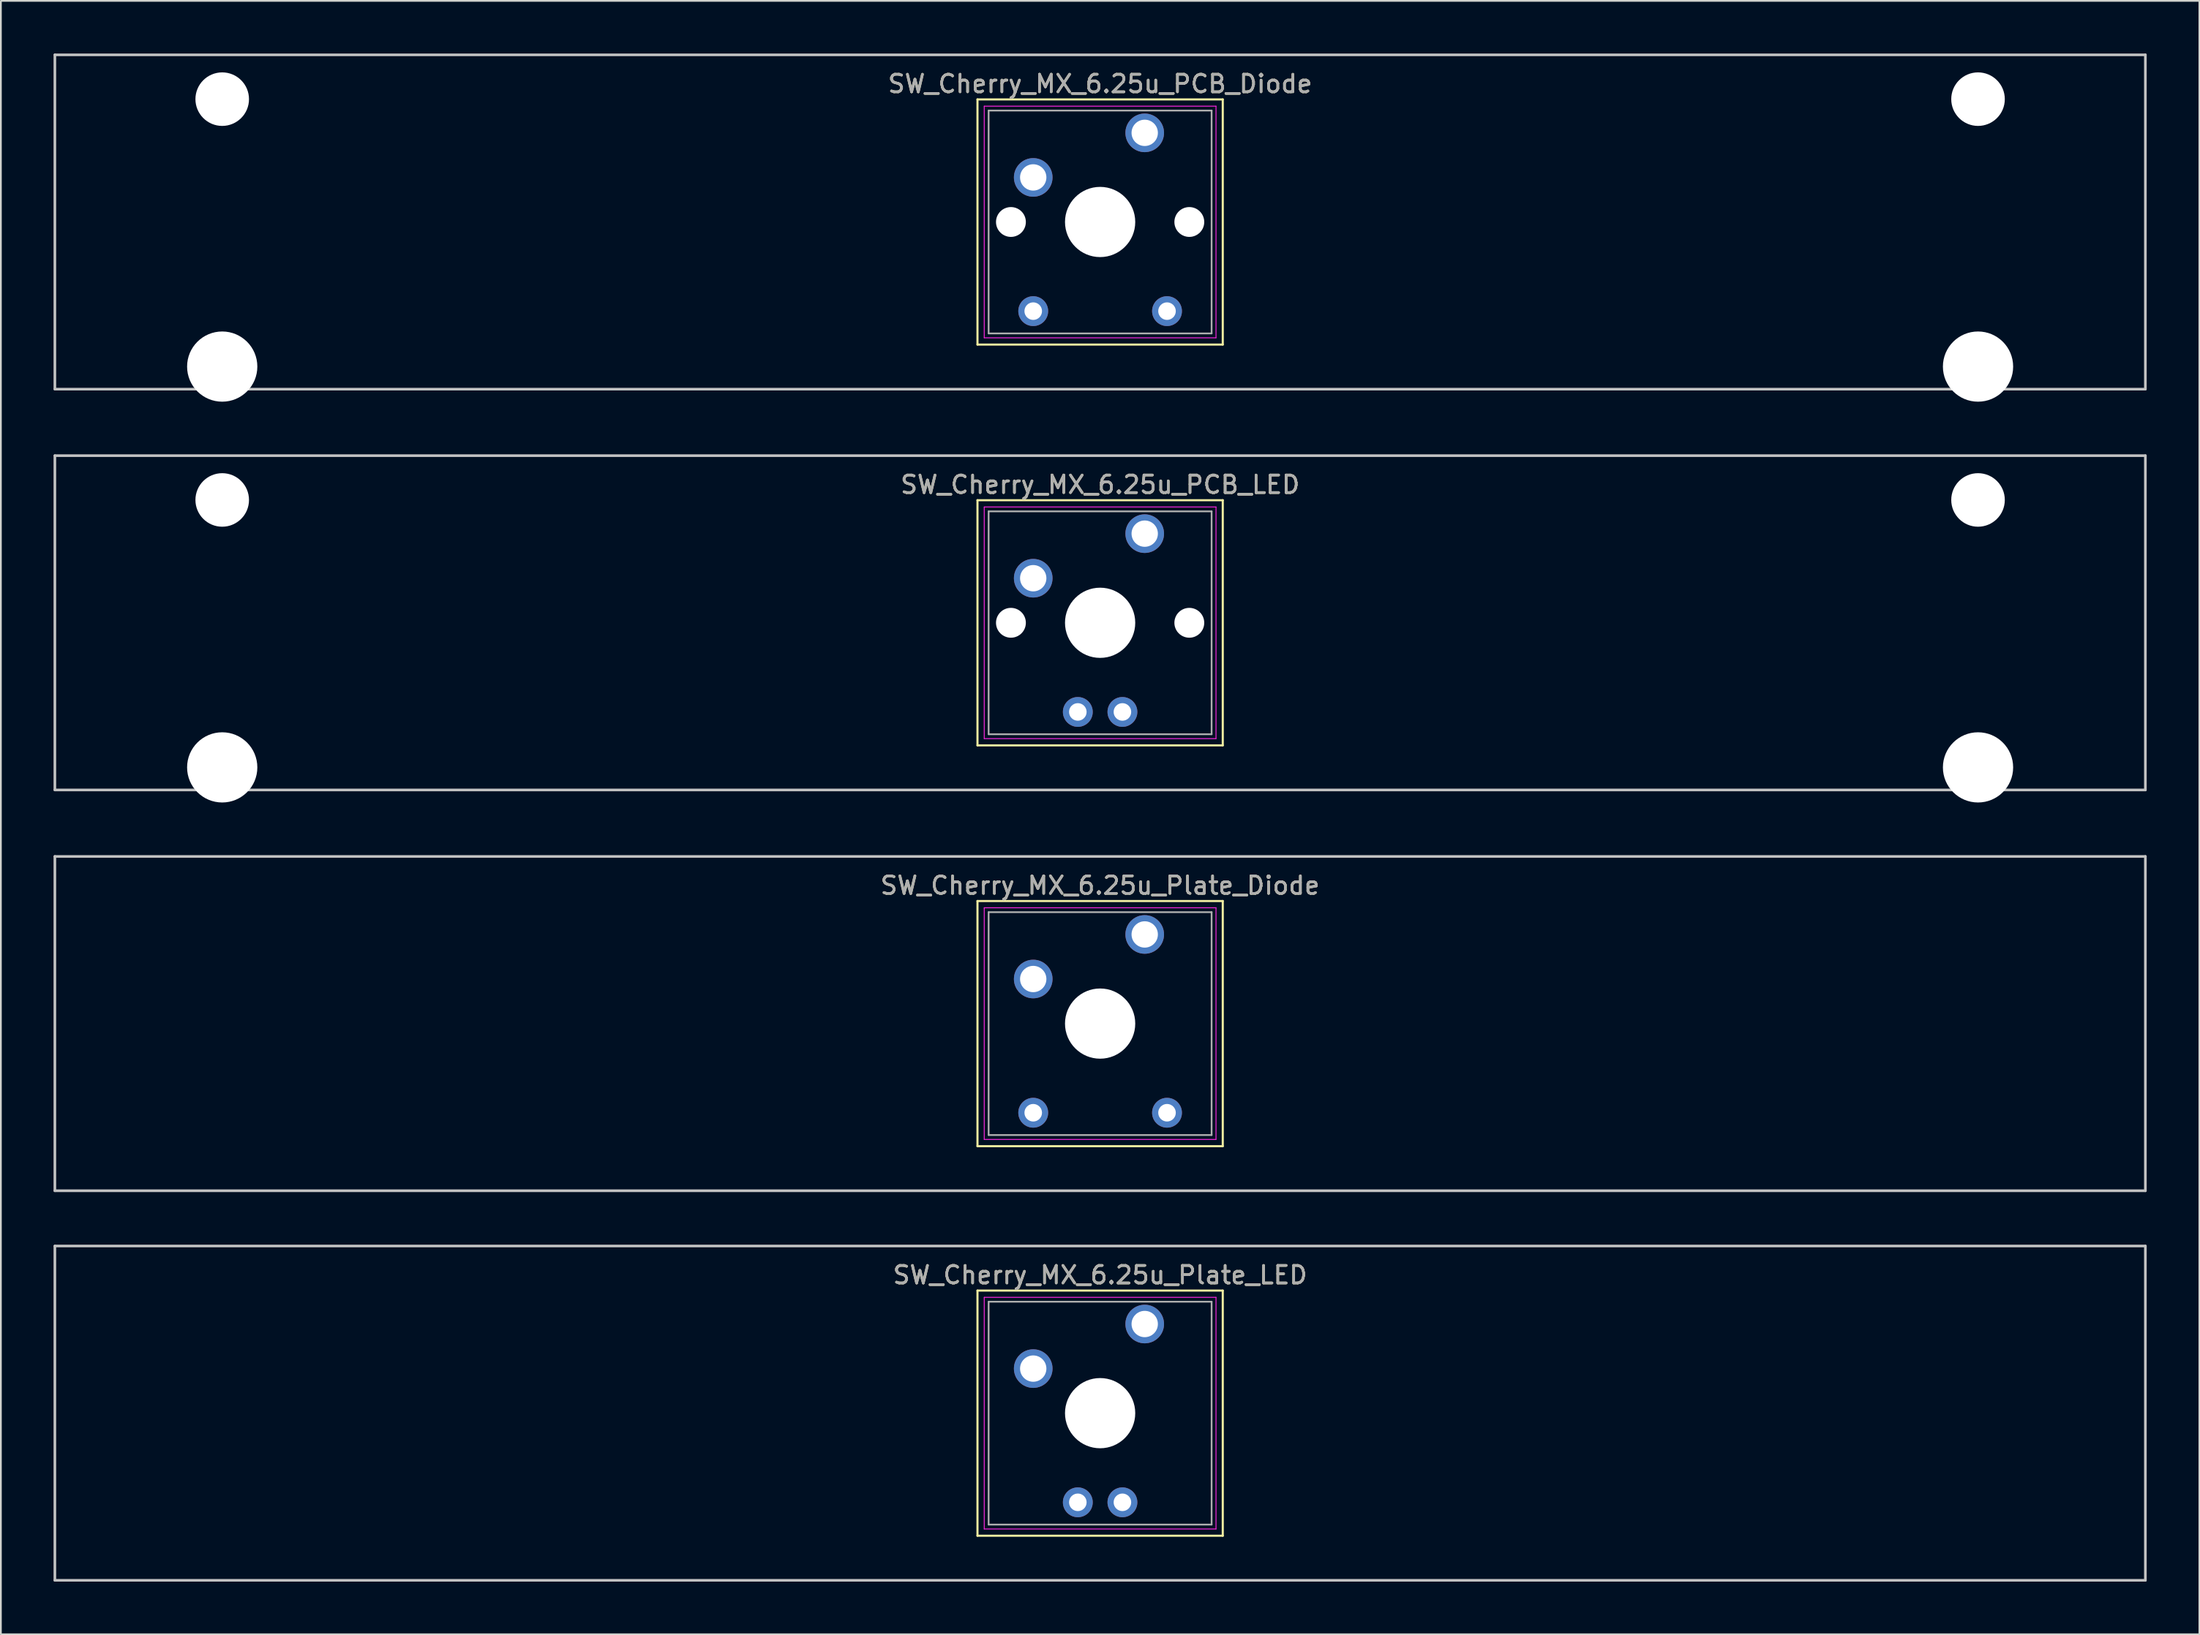
<source format=kicad_pcb>
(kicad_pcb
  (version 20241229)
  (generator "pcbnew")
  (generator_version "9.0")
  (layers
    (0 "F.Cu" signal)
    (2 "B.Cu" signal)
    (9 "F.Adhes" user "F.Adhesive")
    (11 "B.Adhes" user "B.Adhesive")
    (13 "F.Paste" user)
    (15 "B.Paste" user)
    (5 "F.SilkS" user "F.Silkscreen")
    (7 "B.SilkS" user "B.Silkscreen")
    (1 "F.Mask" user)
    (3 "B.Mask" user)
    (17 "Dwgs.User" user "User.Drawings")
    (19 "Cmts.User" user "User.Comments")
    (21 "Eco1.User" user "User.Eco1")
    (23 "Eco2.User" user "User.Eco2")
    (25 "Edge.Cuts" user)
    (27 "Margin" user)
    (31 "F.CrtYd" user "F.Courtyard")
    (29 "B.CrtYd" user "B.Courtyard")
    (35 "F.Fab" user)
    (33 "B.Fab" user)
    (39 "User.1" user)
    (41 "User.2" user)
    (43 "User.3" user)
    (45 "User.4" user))
  (footprint "SW_Cherry_MX_6.25u_Plate_Diode"
    (layer "F.Cu")
    (at 62.146 50.2)
    (property "Reference" "SW_Cherry_MX_6.25u_Plate_Diode" (at -2.54 -2.794 0) (layer "F.SilkS") (effects (font (size 1 1) (thickness 0.15))))
    (attr through_hole)
    (fp_line (start -9.525 -1.905) (end 4.445 -1.905) (stroke (width 0.12) (type solid)) (layer "F.SilkS"))
    (fp_line (start -9.525 12.065) (end -9.525 -1.905) (stroke (width 0.12) (type solid)) (layer "F.SilkS"))
    (fp_line (start 4.445 -1.905) (end 4.445 12.065) (stroke (width 0.12) (type solid)) (layer "F.SilkS"))
    (fp_line (start 4.445 12.065) (end -9.525 12.065) (stroke (width 0.12) (type solid)) (layer "F.SilkS"))
    (fp_line (start -62.071 -4.445) (end 56.991 -4.445) (stroke (width 0.15) (type solid)) (layer "Dwgs.User"))
    (fp_line (start -62.071 14.605) (end -62.071 -4.445) (stroke (width 0.15) (type solid)) (layer "Dwgs.User"))
    (fp_line (start 56.991 -4.445) (end 56.991 14.605) (stroke (width 0.15) (type solid)) (layer "Dwgs.User"))
    (fp_line (start 56.991 14.605) (end -62.071 14.605) (stroke (width 0.15) (type solid)) (layer "Dwgs.User"))
    (fp_line (start -9.14 -1.52) (end 4.06 -1.52) (stroke (width 0.05) (type solid)) (layer "F.CrtYd"))
    (fp_line (start -9.14 11.68) (end -9.14 -1.52) (stroke (width 0.05) (type solid)) (layer "F.CrtYd"))
    (fp_line (start 4.06 -1.52) (end 4.06 11.68) (stroke (width 0.05) (type solid)) (layer "F.CrtYd"))
    (fp_line (start 4.06 11.68) (end -9.14 11.68) (stroke (width 0.05) (type solid)) (layer "F.CrtYd"))
    (fp_line (start -8.89 -1.27) (end 3.81 -1.27) (stroke (width 0.1) (type solid)) (layer "F.Fab"))
    (fp_line (start -8.89 11.43) (end -8.89 -1.27) (stroke (width 0.1) (type solid)) (layer "F.Fab"))
    (fp_line (start 3.81 -1.27) (end 3.81 11.43) (stroke (width 0.1) (type solid)) (layer "F.Fab"))
    (fp_line (start 3.81 11.43) (end -8.89 11.43) (stroke (width 0.1) (type solid)) (layer "F.Fab"))
    (fp_text user "${REFERENCE}" (at -2.54 -2.794 0) (layer "F.Fab") (effects (font (size 1 1) (thickness 0.15))))
    (pad "" np_thru_hole circle (at -2.54 5.08) (size 4 4) (drill 4) (layers "*.Cu" "*.Mask"))
    (pad "1" thru_hole circle (at 0 0) (size 2.2 2.2) (drill 1.5) (layers "*.Cu" "*.Mask"))
    (pad "2" thru_hole circle (at -6.35 2.54) (size 2.2 2.2) (drill 1.5) (layers "*.Cu" "*.Mask"))
    (pad "3" thru_hole circle (at 1.27 10.16) (size 1.7 1.7) (drill 1) (layers "*.Cu" "*.Mask"))
    (pad "4" thru_hole circle (at -6.35 10.16) (size 1.7 1.7) (drill 1) (layers "*.Cu" "*.Mask")))
  (footprint "SW_Cherry_MX_6.25u_PCB_LED"
    (layer "F.Cu")
    (at 62.146 27.36)
    (property "Reference" "SW_Cherry_MX_6.25u_PCB_LED" (at -2.54 -2.794 0) (layer "F.SilkS") (effects (font (size 1 1) (thickness 0.15))))
    (attr through_hole)
    (fp_line (start -9.525 -1.905) (end 4.445 -1.905) (stroke (width 0.12) (type solid)) (layer "F.SilkS"))
    (fp_line (start -9.525 12.065) (end -9.525 -1.905) (stroke (width 0.12) (type solid)) (layer "F.SilkS"))
    (fp_line (start 4.445 -1.905) (end 4.445 12.065) (stroke (width 0.12) (type solid)) (layer "F.SilkS"))
    (fp_line (start 4.445 12.065) (end -9.525 12.065) (stroke (width 0.12) (type solid)) (layer "F.SilkS"))
    (fp_line (start -62.071 -4.445) (end 56.991 -4.445) (stroke (width 0.15) (type solid)) (layer "Dwgs.User"))
    (fp_line (start -62.071 14.605) (end -62.071 -4.445) (stroke (width 0.15) (type solid)) (layer "Dwgs.User"))
    (fp_line (start 56.991 -4.445) (end 56.991 14.605) (stroke (width 0.15) (type solid)) (layer "Dwgs.User"))
    (fp_line (start 56.991 14.605) (end -62.071 14.605) (stroke (width 0.15) (type solid)) (layer "Dwgs.User"))
    (fp_line (start -9.14 -1.52) (end 4.06 -1.52) (stroke (width 0.05) (type solid)) (layer "F.CrtYd"))
    (fp_line (start -9.14 11.68) (end -9.14 -1.52) (stroke (width 0.05) (type solid)) (layer "F.CrtYd"))
    (fp_line (start 4.06 -1.52) (end 4.06 11.68) (stroke (width 0.05) (type solid)) (layer "F.CrtYd"))
    (fp_line (start 4.06 11.68) (end -9.14 11.68) (stroke (width 0.05) (type solid)) (layer "F.CrtYd"))
    (fp_line (start -8.89 -1.27) (end 3.81 -1.27) (stroke (width 0.1) (type solid)) (layer "F.Fab"))
    (fp_line (start -8.89 11.43) (end -8.89 -1.27) (stroke (width 0.1) (type solid)) (layer "F.Fab"))
    (fp_line (start 3.81 -1.27) (end 3.81 11.43) (stroke (width 0.1) (type solid)) (layer "F.Fab"))
    (fp_line (start 3.81 11.43) (end -8.89 11.43) (stroke (width 0.1) (type solid)) (layer "F.Fab"))
    (fp_text user "${REFERENCE}" (at -2.54 -2.794 0) (layer "F.Fab") (effects (font (size 1 1) (thickness 0.15))))
    (pad "" np_thru_hole circle (at -52.54 -1.92) (size 3.05 3.05) (drill 3.05) (layers "*.Cu" "*.Mask"))
    (pad "" np_thru_hole circle (at -52.54 13.32) (size 4 4) (drill 4) (layers "*.Cu" "*.Mask"))
    (pad "" np_thru_hole circle (at -7.62 5.08) (size 1.7 1.7) (drill 1.7) (layers "*.Cu" "*.Mask"))
    (pad "" np_thru_hole circle (at -2.54 5.08) (size 4 4) (drill 4) (layers "*.Cu" "*.Mask"))
    (pad "" np_thru_hole circle (at 2.54 5.08) (size 1.7 1.7) (drill 1.7) (layers "*.Cu" "*.Mask"))
    (pad "" np_thru_hole circle (at 47.46 -1.92) (size 3.05 3.05) (drill 3.05) (layers "*.Cu" "*.Mask"))
    (pad "" np_thru_hole circle (at 47.46 13.32) (size 4 4) (drill 4) (layers "*.Cu" "*.Mask"))
    (pad "1" thru_hole circle (at 0 0) (size 2.2 2.2) (drill 1.5) (layers "*.Cu" "*.Mask"))
    (pad "2" thru_hole circle (at -6.35 2.54) (size 2.2 2.2) (drill 1.5) (layers "*.Cu" "*.Mask"))
    (pad "3" thru_hole circle (at -1.27 10.16) (size 1.7 1.7) (drill 1) (layers "*.Cu" "*.Mask"))
    (pad "4" thru_hole circle (at -3.81 10.16) (size 1.7 1.7) (drill 1) (layers "*.Cu" "*.Mask")))
  (footprint "SW_Cherry_MX_6.25u_Plate_LED"
    (layer "F.Cu")
    (at 62.146 72.4)
    (property "Reference" "SW_Cherry_MX_6.25u_Plate_LED" (at -2.54 -2.794 0) (layer "F.SilkS") (effects (font (size 1 1) (thickness 0.15))))
    (attr through_hole)
    (fp_line (start -9.525 -1.905) (end 4.445 -1.905) (stroke (width 0.12) (type solid)) (layer "F.SilkS"))
    (fp_line (start -9.525 12.065) (end -9.525 -1.905) (stroke (width 0.12) (type solid)) (layer "F.SilkS"))
    (fp_line (start 4.445 -1.905) (end 4.445 12.065) (stroke (width 0.12) (type solid)) (layer "F.SilkS"))
    (fp_line (start 4.445 12.065) (end -9.525 12.065) (stroke (width 0.12) (type solid)) (layer "F.SilkS"))
    (fp_line (start -62.071 -4.445) (end 56.991 -4.445) (stroke (width 0.15) (type solid)) (layer "Dwgs.User"))
    (fp_line (start -62.071 14.605) (end -62.071 -4.445) (stroke (width 0.15) (type solid)) (layer "Dwgs.User"))
    (fp_line (start 56.991 -4.445) (end 56.991 14.605) (stroke (width 0.15) (type solid)) (layer "Dwgs.User"))
    (fp_line (start 56.991 14.605) (end -62.071 14.605) (stroke (width 0.15) (type solid)) (layer "Dwgs.User"))
    (fp_line (start -9.14 -1.52) (end 4.06 -1.52) (stroke (width 0.05) (type solid)) (layer "F.CrtYd"))
    (fp_line (start -9.14 11.68) (end -9.14 -1.52) (stroke (width 0.05) (type solid)) (layer "F.CrtYd"))
    (fp_line (start 4.06 -1.52) (end 4.06 11.68) (stroke (width 0.05) (type solid)) (layer "F.CrtYd"))
    (fp_line (start 4.06 11.68) (end -9.14 11.68) (stroke (width 0.05) (type solid)) (layer "F.CrtYd"))
    (fp_line (start -8.89 -1.27) (end 3.81 -1.27) (stroke (width 0.1) (type solid)) (layer "F.Fab"))
    (fp_line (start -8.89 11.43) (end -8.89 -1.27) (stroke (width 0.1) (type solid)) (layer "F.Fab"))
    (fp_line (start 3.81 -1.27) (end 3.81 11.43) (stroke (width 0.1) (type solid)) (layer "F.Fab"))
    (fp_line (start 3.81 11.43) (end -8.89 11.43) (stroke (width 0.1) (type solid)) (layer "F.Fab"))
    (fp_text user "${REFERENCE}" (at -2.54 -2.794 0) (layer "F.Fab") (effects (font (size 1 1) (thickness 0.15))))
    (pad "" np_thru_hole circle (at -2.54 5.08) (size 4 4) (drill 4) (layers "*.Cu" "*.Mask"))
    (pad "1" thru_hole circle (at 0 0) (size 2.2 2.2) (drill 1.5) (layers "*.Cu" "*.Mask"))
    (pad "2" thru_hole circle (at -6.35 2.54) (size 2.2 2.2) (drill 1.5) (layers "*.Cu" "*.Mask"))
    (pad "3" thru_hole circle (at -1.27 10.16) (size 1.7 1.7) (drill 1) (layers "*.Cu" "*.Mask"))
    (pad "4" thru_hole circle (at -3.81 10.16) (size 1.7 1.7) (drill 1) (layers "*.Cu" "*.Mask")))
  (footprint "SW_Cherry_MX_6.25u_PCB_Diode"
    (layer "F.Cu")
    (at 62.146 4.52)
    (property "Reference" "SW_Cherry_MX_6.25u_PCB_Diode" (at -2.54 -2.794 0) (layer "F.SilkS") (effects (font (size 1 1) (thickness 0.15))))
    (attr through_hole)
    (fp_line (start -9.525 -1.905) (end 4.445 -1.905) (stroke (width 0.12) (type solid)) (layer "F.SilkS"))
    (fp_line (start -9.525 12.065) (end -9.525 -1.905) (stroke (width 0.12) (type solid)) (layer "F.SilkS"))
    (fp_line (start 4.445 -1.905) (end 4.445 12.065) (stroke (width 0.12) (type solid)) (layer "F.SilkS"))
    (fp_line (start 4.445 12.065) (end -9.525 12.065) (stroke (width 0.12) (type solid)) (layer "F.SilkS"))
    (fp_line (start -62.071 -4.445) (end 56.991 -4.445) (stroke (width 0.15) (type solid)) (layer "Dwgs.User"))
    (fp_line (start -62.071 14.605) (end -62.071 -4.445) (stroke (width 0.15) (type solid)) (layer "Dwgs.User"))
    (fp_line (start 56.991 -4.445) (end 56.991 14.605) (stroke (width 0.15) (type solid)) (layer "Dwgs.User"))
    (fp_line (start 56.991 14.605) (end -62.071 14.605) (stroke (width 0.15) (type solid)) (layer "Dwgs.User"))
    (fp_line (start -9.14 -1.52) (end 4.06 -1.52) (stroke (width 0.05) (type solid)) (layer "F.CrtYd"))
    (fp_line (start -9.14 11.68) (end -9.14 -1.52) (stroke (width 0.05) (type solid)) (layer "F.CrtYd"))
    (fp_line (start 4.06 -1.52) (end 4.06 11.68) (stroke (width 0.05) (type solid)) (layer "F.CrtYd"))
    (fp_line (start 4.06 11.68) (end -9.14 11.68) (stroke (width 0.05) (type solid)) (layer "F.CrtYd"))
    (fp_line (start -8.89 -1.27) (end 3.81 -1.27) (stroke (width 0.1) (type solid)) (layer "F.Fab"))
    (fp_line (start -8.89 11.43) (end -8.89 -1.27) (stroke (width 0.1) (type solid)) (layer "F.Fab"))
    (fp_line (start 3.81 -1.27) (end 3.81 11.43) (stroke (width 0.1) (type solid)) (layer "F.Fab"))
    (fp_line (start 3.81 11.43) (end -8.89 11.43) (stroke (width 0.1) (type solid)) (layer "F.Fab"))
    (fp_text user "${REFERENCE}" (at -2.54 -2.794 0) (layer "F.Fab") (effects (font (size 1 1) (thickness 0.15))))
    (pad "" np_thru_hole circle (at -52.54 -1.92) (size 3.05 3.05) (drill 3.05) (layers "*.Cu" "*.Mask"))
    (pad "" np_thru_hole circle (at -52.54 13.32) (size 4 4) (drill 4) (layers "*.Cu" "*.Mask"))
    (pad "" np_thru_hole circle (at -7.62 5.08) (size 1.7 1.7) (drill 1.7) (layers "*.Cu" "*.Mask"))
    (pad "" np_thru_hole circle (at -2.54 5.08) (size 4 4) (drill 4) (layers "*.Cu" "*.Mask"))
    (pad "" np_thru_hole circle (at 2.54 5.08) (size 1.7 1.7) (drill 1.7) (layers "*.Cu" "*.Mask"))
    (pad "" np_thru_hole circle (at 47.46 -1.92) (size 3.05 3.05) (drill 3.05) (layers "*.Cu" "*.Mask"))
    (pad "" np_thru_hole circle (at 47.46 13.32) (size 4 4) (drill 4) (layers "*.Cu" "*.Mask"))
    (pad "1" thru_hole circle (at 0 0) (size 2.2 2.2) (drill 1.5) (layers "*.Cu" "*.Mask"))
    (pad "2" thru_hole circle (at -6.35 2.54) (size 2.2 2.2) (drill 1.5) (layers "*.Cu" "*.Mask"))
    (pad "3" thru_hole circle (at 1.27 10.16) (size 1.7 1.7) (drill 1) (layers "*.Cu" "*.Mask"))
    (pad "4" thru_hole circle (at -6.35 10.16) (size 1.7 1.7) (drill 1) (layers "*.Cu" "*.Mask")))
  (gr_rect
    (start -3 -3)
    (end 122.213 90.08)
    (stroke (width 0.1) (type default))
    (fill no)
    (layer "Edge.Cuts")))
</source>
